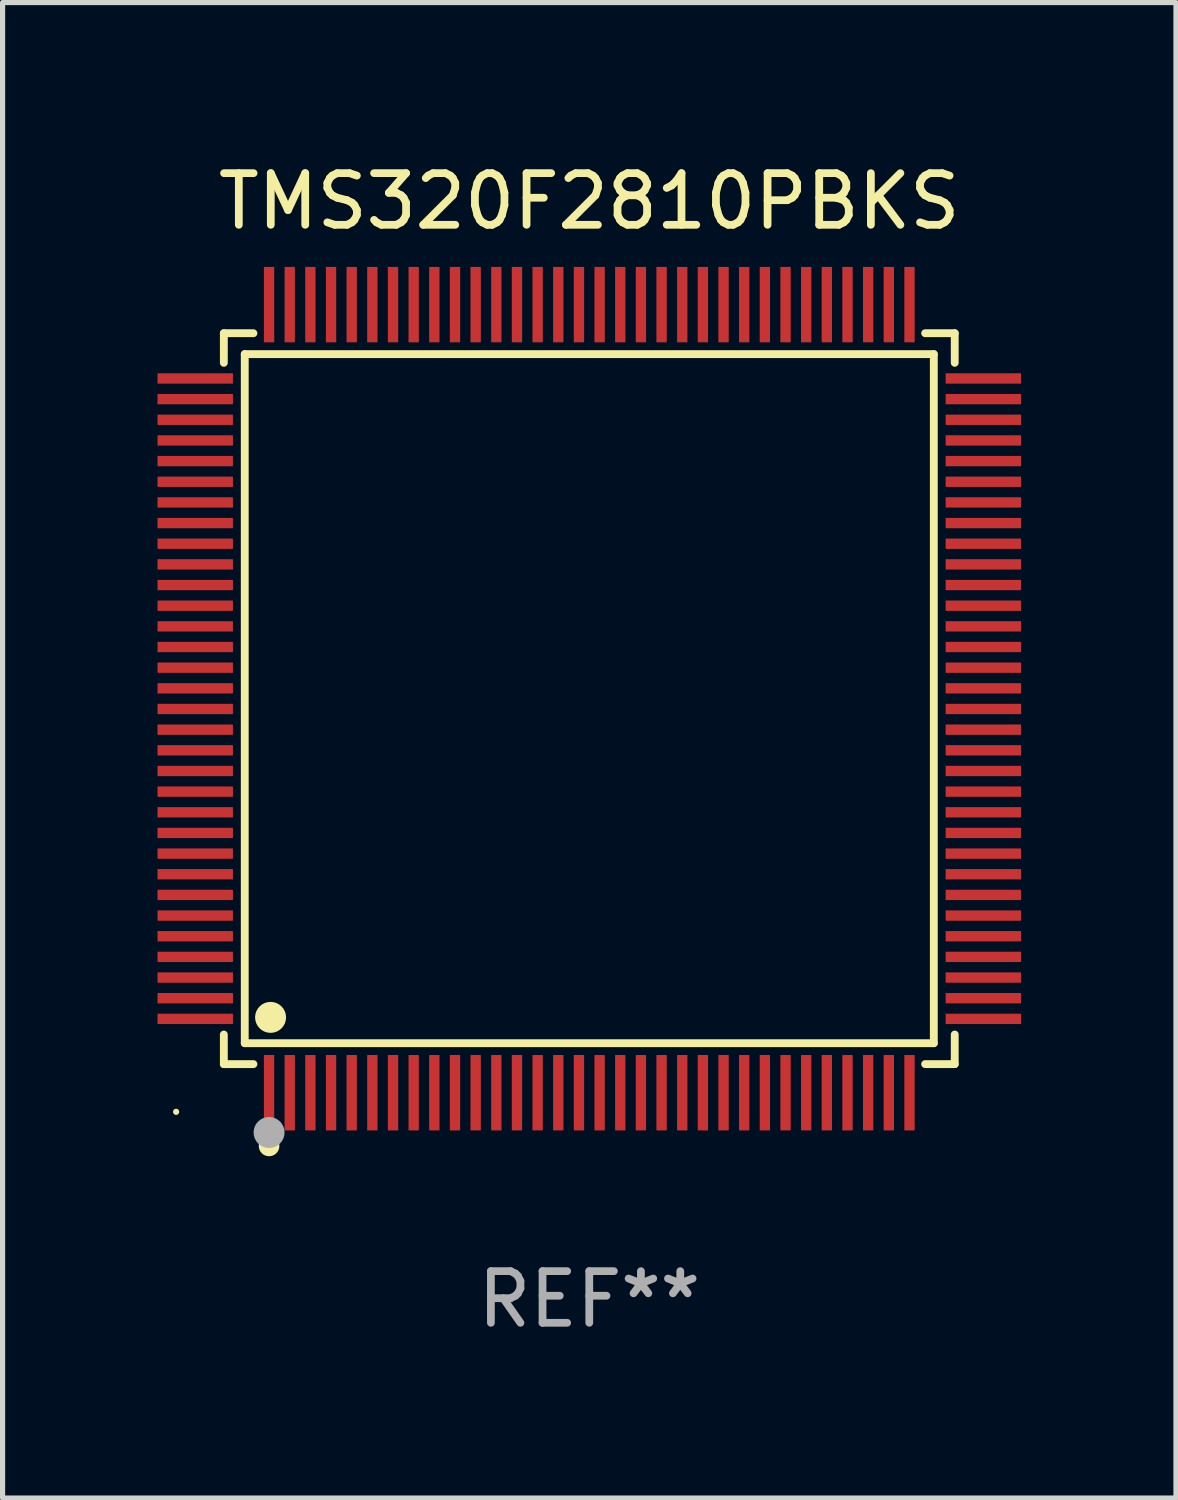
<source format=kicad_pcb>
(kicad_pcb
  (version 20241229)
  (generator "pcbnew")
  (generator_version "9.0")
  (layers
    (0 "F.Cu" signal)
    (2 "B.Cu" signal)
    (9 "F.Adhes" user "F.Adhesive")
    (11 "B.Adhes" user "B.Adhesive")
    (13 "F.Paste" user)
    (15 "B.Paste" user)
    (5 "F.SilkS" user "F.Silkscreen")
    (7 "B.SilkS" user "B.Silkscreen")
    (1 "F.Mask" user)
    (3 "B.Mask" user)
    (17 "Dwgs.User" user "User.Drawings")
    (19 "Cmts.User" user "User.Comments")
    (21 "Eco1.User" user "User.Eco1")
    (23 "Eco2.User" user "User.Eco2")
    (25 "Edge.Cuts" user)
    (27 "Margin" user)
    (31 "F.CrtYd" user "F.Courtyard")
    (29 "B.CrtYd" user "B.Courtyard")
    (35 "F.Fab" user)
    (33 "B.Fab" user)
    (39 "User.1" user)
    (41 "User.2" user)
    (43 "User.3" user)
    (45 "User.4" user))
  (footprint "TMS320F2810PBKS"
    (layer "F.Cu")
    (at 8.36 10.478)
    (property "Reference" "TMS320F2810PBKS" (at 0 -9.63 0) (layer "F.SilkS") (effects (font (size 1 1) (thickness 0.15))))
    (attr through_hole)
    (fp_line (start -7.076 -7.076) (end -6.503 -7.076) (stroke (width 0.152) (type solid)) (layer "F.SilkS"))
    (fp_line (start -7.076 -6.503) (end -7.076 -7.076) (stroke (width 0.152) (type solid)) (layer "F.SilkS"))
    (fp_line (start -7.076 6.503) (end -7.076 7.076) (stroke (width 0.152) (type solid)) (layer "F.SilkS"))
    (fp_line (start -7.076 7.076) (end -6.503 7.076) (stroke (width 0.152) (type solid)) (layer "F.SilkS"))
    (fp_line (start -6.671 -6.671) (end 6.671 -6.671) (stroke (width 0.152) (type solid)) (layer "F.SilkS"))
    (fp_line (start -6.671 6.671) (end -6.671 -6.671) (stroke (width 0.152) (type solid)) (layer "F.SilkS"))
    (fp_line (start 6.671 -6.671) (end 6.671 6.671) (stroke (width 0.152) (type solid)) (layer "F.SilkS"))
    (fp_line (start 6.671 6.671) (end -6.671 6.671) (stroke (width 0.152) (type solid)) (layer "F.SilkS"))
    (fp_line (start 7.076 -7.076) (end 6.503 -7.076) (stroke (width 0.152) (type solid)) (layer "F.SilkS"))
    (fp_line (start 7.076 -6.503) (end 7.076 -7.076) (stroke (width 0.152) (type solid)) (layer "F.SilkS"))
    (fp_line (start 7.076 6.503) (end 7.076 7.076) (stroke (width 0.152) (type solid)) (layer "F.SilkS"))
    (fp_line (start 7.076 7.076) (end 6.503 7.076) (stroke (width 0.152) (type solid)) (layer "F.SilkS"))
    (fp_circle (center -8 8) (end -7.97 8) (stroke (width 0.06) (type solid)) (fill no) (layer "F.SilkS"))
    (fp_circle (center -6.2 8.66) (end -6.1 8.66) (stroke (width 0.2) (type solid)) (fill no) (layer "F.SilkS"))
    (fp_circle (center -6.171 6.171) (end -6.021 6.171) (stroke (width 0.3) (type solid)) (fill no) (layer "F.SilkS"))
    (fp_circle (center -6.2 8.4) (end -6.05 8.4) (stroke (width 0.3) (type solid)) (fill no) (layer "F.Fab"))
    (fp_text user "REF**" (at 0 11.63 0) (layer "F.Fab") (effects (font (size 1 1) (thickness 0.15))))
    (pad "1" smd rect (at -6.2 7.63) (size 0.2 1.46) (layers "F.Cu" "F.Mask" "F.Paste"))
    (pad "2" smd rect (at -5.8 7.63) (size 0.2 1.46) (layers "F.Cu" "F.Mask" "F.Paste"))
    (pad "3" smd rect (at -5.4 7.63) (size 0.2 1.46) (layers "F.Cu" "F.Mask" "F.Paste"))
    (pad "4" smd rect (at -5 7.63) (size 0.2 1.46) (layers "F.Cu" "F.Mask" "F.Paste"))
    (pad "5" smd rect (at -4.6 7.63) (size 0.2 1.46) (layers "F.Cu" "F.Mask" "F.Paste"))
    (pad "6" smd rect (at -4.2 7.63) (size 0.2 1.46) (layers "F.Cu" "F.Mask" "F.Paste"))
    (pad "7" smd rect (at -3.8 7.63) (size 0.2 1.46) (layers "F.Cu" "F.Mask" "F.Paste"))
    (pad "8" smd rect (at -3.4 7.63) (size 0.2 1.46) (layers "F.Cu" "F.Mask" "F.Paste"))
    (pad "9" smd rect (at -3 7.63) (size 0.2 1.46) (layers "F.Cu" "F.Mask" "F.Paste"))
    (pad "10" smd rect (at -2.6 7.63) (size 0.2 1.46) (layers "F.Cu" "F.Mask" "F.Paste"))
    (pad "11" smd rect (at -2.2 7.63) (size 0.2 1.46) (layers "F.Cu" "F.Mask" "F.Paste"))
    (pad "12" smd rect (at -1.8 7.63) (size 0.2 1.46) (layers "F.Cu" "F.Mask" "F.Paste"))
    (pad "13" smd rect (at -1.4 7.63) (size 0.2 1.46) (layers "F.Cu" "F.Mask" "F.Paste"))
    (pad "14" smd rect (at -1 7.63) (size 0.2 1.46) (layers "F.Cu" "F.Mask" "F.Paste"))
    (pad "15" smd rect (at -0.6 7.63) (size 0.2 1.46) (layers "F.Cu" "F.Mask" "F.Paste"))
    (pad "16" smd rect (at -0.2 7.63) (size 0.2 1.46) (layers "F.Cu" "F.Mask" "F.Paste"))
    (pad "17" smd rect (at 0.2 7.63) (size 0.2 1.46) (layers "F.Cu" "F.Mask" "F.Paste"))
    (pad "18" smd rect (at 0.6 7.63) (size 0.2 1.46) (layers "F.Cu" "F.Mask" "F.Paste"))
    (pad "19" smd rect (at 1 7.63) (size 0.2 1.46) (layers "F.Cu" "F.Mask" "F.Paste"))
    (pad "20" smd rect (at 1.4 7.63) (size 0.2 1.46) (layers "F.Cu" "F.Mask" "F.Paste"))
    (pad "21" smd rect (at 1.8 7.63) (size 0.2 1.46) (layers "F.Cu" "F.Mask" "F.Paste"))
    (pad "22" smd rect (at 2.2 7.63) (size 0.2 1.46) (layers "F.Cu" "F.Mask" "F.Paste"))
    (pad "23" smd rect (at 2.6 7.63) (size 0.2 1.46) (layers "F.Cu" "F.Mask" "F.Paste"))
    (pad "24" smd rect (at 3 7.63) (size 0.2 1.46) (layers "F.Cu" "F.Mask" "F.Paste"))
    (pad "25" smd rect (at 3.4 7.63) (size 0.2 1.46) (layers "F.Cu" "F.Mask" "F.Paste"))
    (pad "26" smd rect (at 3.8 7.63) (size 0.2 1.46) (layers "F.Cu" "F.Mask" "F.Paste"))
    (pad "27" smd rect (at 4.2 7.63) (size 0.2 1.46) (layers "F.Cu" "F.Mask" "F.Paste"))
    (pad "28" smd rect (at 4.6 7.63) (size 0.2 1.46) (layers "F.Cu" "F.Mask" "F.Paste"))
    (pad "29" smd rect (at 5 7.63) (size 0.2 1.46) (layers "F.Cu" "F.Mask" "F.Paste"))
    (pad "30" smd rect (at 5.4 7.63) (size 0.2 1.46) (layers "F.Cu" "F.Mask" "F.Paste"))
    (pad "31" smd rect (at 5.8 7.63) (size 0.2 1.46) (layers "F.Cu" "F.Mask" "F.Paste"))
    (pad "32" smd rect (at 6.2 7.63) (size 0.2 1.46) (layers "F.Cu" "F.Mask" "F.Paste"))
    (pad "33" smd rect (at 7.63 6.2) (size 1.46 0.2) (layers "F.Cu" "F.Mask" "F.Paste"))
    (pad "34" smd rect (at 7.63 5.8) (size 1.46 0.2) (layers "F.Cu" "F.Mask" "F.Paste"))
    (pad "35" smd rect (at 7.63 5.4) (size 1.46 0.2) (layers "F.Cu" "F.Mask" "F.Paste"))
    (pad "36" smd rect (at 7.63 5) (size 1.46 0.2) (layers "F.Cu" "F.Mask" "F.Paste"))
    (pad "37" smd rect (at 7.63 4.6) (size 1.46 0.2) (layers "F.Cu" "F.Mask" "F.Paste"))
    (pad "38" smd rect (at 7.63 4.2) (size 1.46 0.2) (layers "F.Cu" "F.Mask" "F.Paste"))
    (pad "39" smd rect (at 7.63 3.8) (size 1.46 0.2) (layers "F.Cu" "F.Mask" "F.Paste"))
    (pad "40" smd rect (at 7.63 3.4) (size 1.46 0.2) (layers "F.Cu" "F.Mask" "F.Paste"))
    (pad "41" smd rect (at 7.63 3) (size 1.46 0.2) (layers "F.Cu" "F.Mask" "F.Paste"))
    (pad "42" smd rect (at 7.63 2.6) (size 1.46 0.2) (layers "F.Cu" "F.Mask" "F.Paste"))
    (pad "43" smd rect (at 7.63 2.2) (size 1.46 0.2) (layers "F.Cu" "F.Mask" "F.Paste"))
    (pad "44" smd rect (at 7.63 1.8) (size 1.46 0.2) (layers "F.Cu" "F.Mask" "F.Paste"))
    (pad "45" smd rect (at 7.63 1.4) (size 1.46 0.2) (layers "F.Cu" "F.Mask" "F.Paste"))
    (pad "46" smd rect (at 7.63 1) (size 1.46 0.2) (layers "F.Cu" "F.Mask" "F.Paste"))
    (pad "47" smd rect (at 7.63 0.6) (size 1.46 0.2) (layers "F.Cu" "F.Mask" "F.Paste"))
    (pad "48" smd rect (at 7.63 0.2) (size 1.46 0.2) (layers "F.Cu" "F.Mask" "F.Paste"))
    (pad "49" smd rect (at 7.63 -0.2) (size 1.46 0.2) (layers "F.Cu" "F.Mask" "F.Paste"))
    (pad "50" smd rect (at 7.63 -0.6) (size 1.46 0.2) (layers "F.Cu" "F.Mask" "F.Paste"))
    (pad "51" smd rect (at 7.63 -1) (size 1.46 0.2) (layers "F.Cu" "F.Mask" "F.Paste"))
    (pad "52" smd rect (at 7.63 -1.4) (size 1.46 0.2) (layers "F.Cu" "F.Mask" "F.Paste"))
    (pad "53" smd rect (at 7.63 -1.8) (size 1.46 0.2) (layers "F.Cu" "F.Mask" "F.Paste"))
    (pad "54" smd rect (at 7.63 -2.2) (size 1.46 0.2) (layers "F.Cu" "F.Mask" "F.Paste"))
    (pad "55" smd rect (at 7.63 -2.6) (size 1.46 0.2) (layers "F.Cu" "F.Mask" "F.Paste"))
    (pad "56" smd rect (at 7.63 -3) (size 1.46 0.2) (layers "F.Cu" "F.Mask" "F.Paste"))
    (pad "57" smd rect (at 7.63 -3.4) (size 1.46 0.2) (layers "F.Cu" "F.Mask" "F.Paste"))
    (pad "58" smd rect (at 7.63 -3.8) (size 1.46 0.2) (layers "F.Cu" "F.Mask" "F.Paste"))
    (pad "59" smd rect (at 7.63 -4.2) (size 1.46 0.2) (layers "F.Cu" "F.Mask" "F.Paste"))
    (pad "60" smd rect (at 7.63 -4.6) (size 1.46 0.2) (layers "F.Cu" "F.Mask" "F.Paste"))
    (pad "61" smd rect (at 7.63 -5) (size 1.46 0.2) (layers "F.Cu" "F.Mask" "F.Paste"))
    (pad "62" smd rect (at 7.63 -5.4) (size 1.46 0.2) (layers "F.Cu" "F.Mask" "F.Paste"))
    (pad "63" smd rect (at 7.63 -5.8) (size 1.46 0.2) (layers "F.Cu" "F.Mask" "F.Paste"))
    (pad "64" smd rect (at 7.63 -6.2) (size 1.46 0.2) (layers "F.Cu" "F.Mask" "F.Paste"))
    (pad "65" smd rect (at 6.2 -7.63) (size 0.2 1.46) (layers "F.Cu" "F.Mask" "F.Paste"))
    (pad "66" smd rect (at 5.8 -7.63) (size 0.2 1.46) (layers "F.Cu" "F.Mask" "F.Paste"))
    (pad "67" smd rect (at 5.4 -7.63) (size 0.2 1.46) (layers "F.Cu" "F.Mask" "F.Paste"))
    (pad "68" smd rect (at 5 -7.63) (size 0.2 1.46) (layers "F.Cu" "F.Mask" "F.Paste"))
    (pad "69" smd rect (at 4.6 -7.63) (size 0.2 1.46) (layers "F.Cu" "F.Mask" "F.Paste"))
    (pad "70" smd rect (at 4.2 -7.63) (size 0.2 1.46) (layers "F.Cu" "F.Mask" "F.Paste"))
    (pad "71" smd rect (at 3.8 -7.63) (size 0.2 1.46) (layers "F.Cu" "F.Mask" "F.Paste"))
    (pad "72" smd rect (at 3.4 -7.63) (size 0.2 1.46) (layers "F.Cu" "F.Mask" "F.Paste"))
    (pad "73" smd rect (at 3 -7.63) (size 0.2 1.46) (layers "F.Cu" "F.Mask" "F.Paste"))
    (pad "74" smd rect (at 2.6 -7.63) (size 0.2 1.46) (layers "F.Cu" "F.Mask" "F.Paste"))
    (pad "75" smd rect (at 2.2 -7.63) (size 0.2 1.46) (layers "F.Cu" "F.Mask" "F.Paste"))
    (pad "76" smd rect (at 1.8 -7.63) (size 0.2 1.46) (layers "F.Cu" "F.Mask" "F.Paste"))
    (pad "77" smd rect (at 1.4 -7.63) (size 0.2 1.46) (layers "F.Cu" "F.Mask" "F.Paste"))
    (pad "78" smd rect (at 1 -7.63) (size 0.2 1.46) (layers "F.Cu" "F.Mask" "F.Paste"))
    (pad "79" smd rect (at 0.6 -7.63) (size 0.2 1.46) (layers "F.Cu" "F.Mask" "F.Paste"))
    (pad "80" smd rect (at 0.2 -7.63) (size 0.2 1.46) (layers "F.Cu" "F.Mask" "F.Paste"))
    (pad "81" smd rect (at -0.2 -7.63) (size 0.2 1.46) (layers "F.Cu" "F.Mask" "F.Paste"))
    (pad "82" smd rect (at -0.6 -7.63) (size 0.2 1.46) (layers "F.Cu" "F.Mask" "F.Paste"))
    (pad "83" smd rect (at -1 -7.63) (size 0.2 1.46) (layers "F.Cu" "F.Mask" "F.Paste"))
    (pad "84" smd rect (at -1.4 -7.63) (size 0.2 1.46) (layers "F.Cu" "F.Mask" "F.Paste"))
    (pad "85" smd rect (at -1.8 -7.63) (size 0.2 1.46) (layers "F.Cu" "F.Mask" "F.Paste"))
    (pad "86" smd rect (at -2.2 -7.63) (size 0.2 1.46) (layers "F.Cu" "F.Mask" "F.Paste"))
    (pad "87" smd rect (at -2.6 -7.63) (size 0.2 1.46) (layers "F.Cu" "F.Mask" "F.Paste"))
    (pad "88" smd rect (at -3 -7.63) (size 0.2 1.46) (layers "F.Cu" "F.Mask" "F.Paste"))
    (pad "89" smd rect (at -3.4 -7.63) (size 0.2 1.46) (layers "F.Cu" "F.Mask" "F.Paste"))
    (pad "90" smd rect (at -3.8 -7.63) (size 0.2 1.46) (layers "F.Cu" "F.Mask" "F.Paste"))
    (pad "91" smd rect (at -4.2 -7.63) (size 0.2 1.46) (layers "F.Cu" "F.Mask" "F.Paste"))
    (pad "92" smd rect (at -4.6 -7.63) (size 0.2 1.46) (layers "F.Cu" "F.Mask" "F.Paste"))
    (pad "93" smd rect (at -5 -7.63) (size 0.2 1.46) (layers "F.Cu" "F.Mask" "F.Paste"))
    (pad "94" smd rect (at -5.4 -7.63) (size 0.2 1.46) (layers "F.Cu" "F.Mask" "F.Paste"))
    (pad "95" smd rect (at -5.8 -7.63) (size 0.2 1.46) (layers "F.Cu" "F.Mask" "F.Paste"))
    (pad "96" smd rect (at -6.2 -7.63) (size 0.2 1.46) (layers "F.Cu" "F.Mask" "F.Paste"))
    (pad "97" smd rect (at -7.63 -6.2) (size 1.46 0.2) (layers "F.Cu" "F.Mask" "F.Paste"))
    (pad "98" smd rect (at -7.63 -5.8) (size 1.46 0.2) (layers "F.Cu" "F.Mask" "F.Paste"))
    (pad "99" smd rect (at -7.63 -5.4) (size 1.46 0.2) (layers "F.Cu" "F.Mask" "F.Paste"))
    (pad "100" smd rect (at -7.63 -5) (size 1.46 0.2) (layers "F.Cu" "F.Mask" "F.Paste"))
    (pad "101" smd rect (at -7.63 -4.6) (size 1.46 0.2) (layers "F.Cu" "F.Mask" "F.Paste"))
    (pad "102" smd rect (at -7.63 -4.2) (size 1.46 0.2) (layers "F.Cu" "F.Mask" "F.Paste"))
    (pad "103" smd rect (at -7.63 -3.8) (size 1.46 0.2) (layers "F.Cu" "F.Mask" "F.Paste"))
    (pad "104" smd rect (at -7.63 -3.4) (size 1.46 0.2) (layers "F.Cu" "F.Mask" "F.Paste"))
    (pad "105" smd rect (at -7.63 -3) (size 1.46 0.2) (layers "F.Cu" "F.Mask" "F.Paste"))
    (pad "106" smd rect (at -7.63 -2.6) (size 1.46 0.2) (layers "F.Cu" "F.Mask" "F.Paste"))
    (pad "107" smd rect (at -7.63 -2.2) (size 1.46 0.2) (layers "F.Cu" "F.Mask" "F.Paste"))
    (pad "108" smd rect (at -7.63 -1.8) (size 1.46 0.2) (layers "F.Cu" "F.Mask" "F.Paste"))
    (pad "109" smd rect (at -7.63 -1.4) (size 1.46 0.2) (layers "F.Cu" "F.Mask" "F.Paste"))
    (pad "110" smd rect (at -7.63 -1) (size 1.46 0.2) (layers "F.Cu" "F.Mask" "F.Paste"))
    (pad "111" smd rect (at -7.63 -0.6) (size 1.46 0.2) (layers "F.Cu" "F.Mask" "F.Paste"))
    (pad "112" smd rect (at -7.63 -0.2) (size 1.46 0.2) (layers "F.Cu" "F.Mask" "F.Paste"))
    (pad "113" smd rect (at -7.63 0.2) (size 1.46 0.2) (layers "F.Cu" "F.Mask" "F.Paste"))
    (pad "114" smd rect (at -7.63 0.6) (size 1.46 0.2) (layers "F.Cu" "F.Mask" "F.Paste"))
    (pad "115" smd rect (at -7.63 1) (size 1.46 0.2) (layers "F.Cu" "F.Mask" "F.Paste"))
    (pad "116" smd rect (at -7.63 1.4) (size 1.46 0.2) (layers "F.Cu" "F.Mask" "F.Paste"))
    (pad "117" smd rect (at -7.63 1.8) (size 1.46 0.2) (layers "F.Cu" "F.Mask" "F.Paste"))
    (pad "118" smd rect (at -7.63 2.2) (size 1.46 0.2) (layers "F.Cu" "F.Mask" "F.Paste"))
    (pad "119" smd rect (at -7.63 2.6) (size 1.46 0.2) (layers "F.Cu" "F.Mask" "F.Paste"))
    (pad "120" smd rect (at -7.63 3) (size 1.46 0.2) (layers "F.Cu" "F.Mask" "F.Paste"))
    (pad "121" smd rect (at -7.63 3.4) (size 1.46 0.2) (layers "F.Cu" "F.Mask" "F.Paste"))
    (pad "122" smd rect (at -7.63 3.8) (size 1.46 0.2) (layers "F.Cu" "F.Mask" "F.Paste"))
    (pad "123" smd rect (at -7.63 4.2) (size 1.46 0.2) (layers "F.Cu" "F.Mask" "F.Paste"))
    (pad "124" smd rect (at -7.63 4.6) (size 1.46 0.2) (layers "F.Cu" "F.Mask" "F.Paste"))
    (pad "125" smd rect (at -7.63 5) (size 1.46 0.2) (layers "F.Cu" "F.Mask" "F.Paste"))
    (pad "126" smd rect (at -7.63 5.4) (size 1.46 0.2) (layers "F.Cu" "F.Mask" "F.Paste"))
    (pad "127" smd rect (at -7.63 5.8) (size 1.46 0.2) (layers "F.Cu" "F.Mask" "F.Paste"))
    (pad "128" smd rect (at -7.63 6.2) (size 1.46 0.2) (layers "F.Cu" "F.Mask" "F.Paste")))
  (gr_rect
    (start -3 -3)
    (end 19.72 25.956)
    (stroke (width 0.1) (type default))
    (fill no)
    (layer "Edge.Cuts")))
</source>
